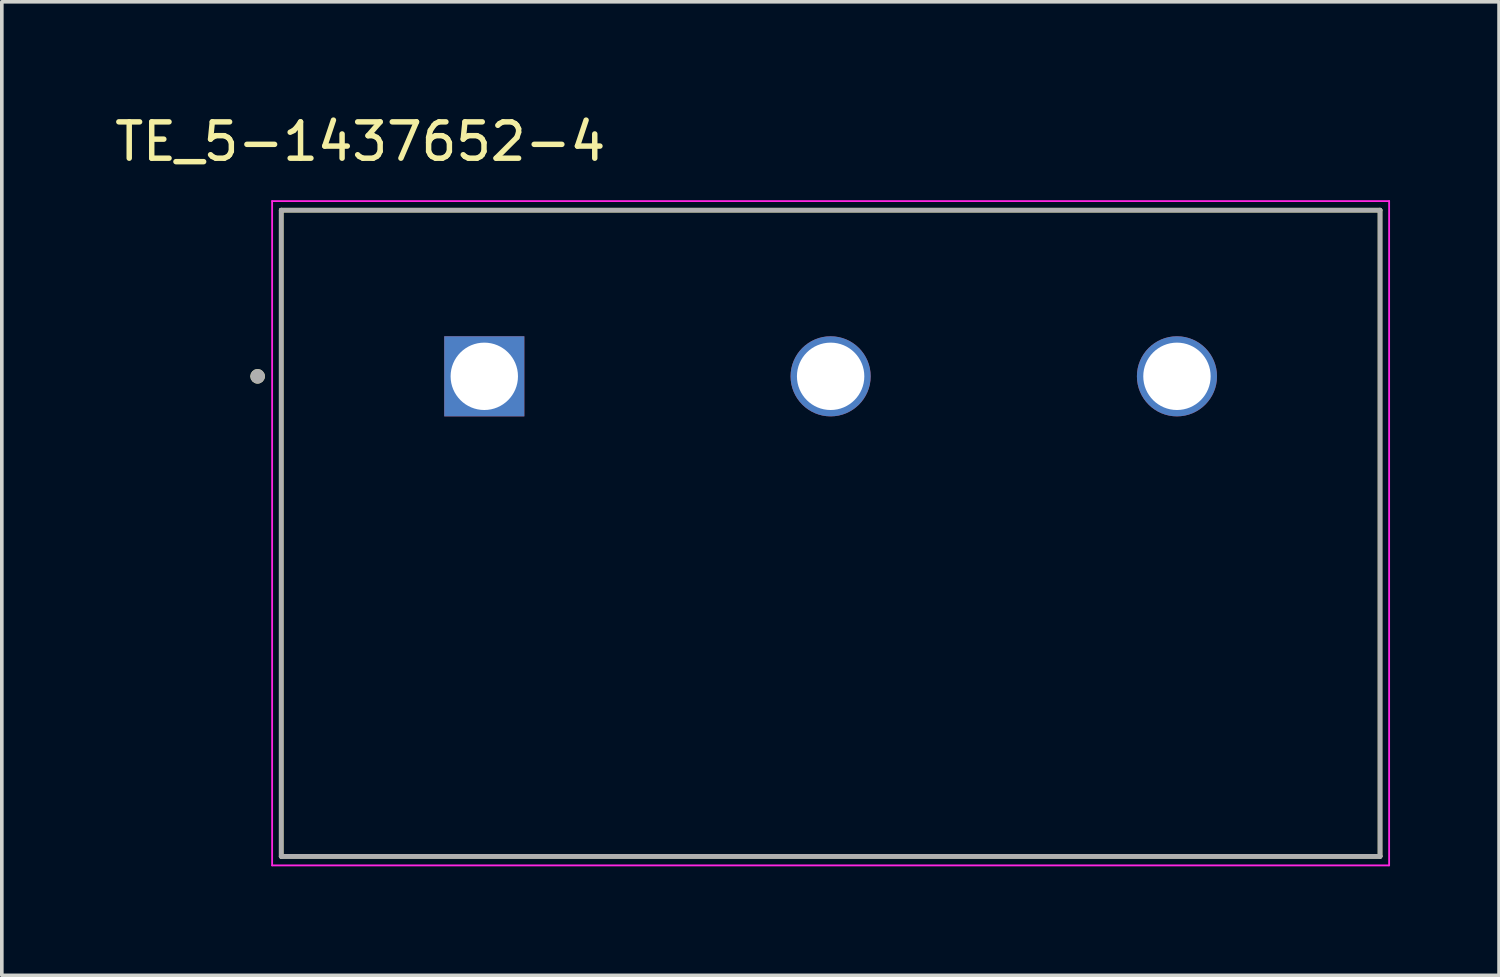
<source format=kicad_pcb>
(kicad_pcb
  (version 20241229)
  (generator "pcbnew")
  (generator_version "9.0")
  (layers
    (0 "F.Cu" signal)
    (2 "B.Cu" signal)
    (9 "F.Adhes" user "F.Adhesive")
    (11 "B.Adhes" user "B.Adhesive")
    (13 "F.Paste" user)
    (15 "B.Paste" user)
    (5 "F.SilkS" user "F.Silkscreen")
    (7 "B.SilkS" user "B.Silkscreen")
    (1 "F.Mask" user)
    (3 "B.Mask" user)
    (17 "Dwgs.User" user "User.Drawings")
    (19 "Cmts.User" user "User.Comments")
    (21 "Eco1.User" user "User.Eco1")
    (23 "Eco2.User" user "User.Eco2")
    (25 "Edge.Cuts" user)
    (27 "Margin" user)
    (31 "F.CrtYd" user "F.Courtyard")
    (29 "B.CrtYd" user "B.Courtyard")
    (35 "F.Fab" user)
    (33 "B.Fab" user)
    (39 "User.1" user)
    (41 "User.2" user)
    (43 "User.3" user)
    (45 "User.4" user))
  (footprint "TE_5-1437652-4"
    (layer "F.Cu")
    (at 10.276 7.305)
    (property "Reference" "TE_5-1437652-4" (at -3.413 -6.457 0) (layer "F.SilkS") (effects (font (size 1 1) (thickness 0.15))))
    (attr through_hole)
    (fp_line (start -5.588 13.208) (end -5.588 -4.572) (stroke (width 0.127) (type solid)) (layer "F.SilkS"))
    (fp_line (start 24.648 -4.572) (end -5.588 -4.572) (stroke (width 0.127) (type solid)) (layer "F.SilkS"))
    (fp_line (start 24.648 -4.572) (end 24.648 13.208) (stroke (width 0.127) (type solid)) (layer "F.SilkS"))
    (fp_line (start 24.648 13.208) (end -5.588 13.208) (stroke (width 0.127) (type solid)) (layer "F.SilkS"))
    (fp_circle (center -6.238 0) (end -6.138 0) (stroke (width 0.2) (type solid)) (fill no) (layer "F.SilkS"))
    (fp_line (start -5.838 -4.822) (end 24.898 -4.822) (stroke (width 0.05) (type solid)) (layer "F.CrtYd"))
    (fp_line (start -5.838 13.458) (end -5.838 -4.822) (stroke (width 0.05) (type solid)) (layer "F.CrtYd"))
    (fp_line (start 24.898 -4.822) (end 24.898 13.458) (stroke (width 0.05) (type solid)) (layer "F.CrtYd"))
    (fp_line (start 24.898 13.458) (end -5.838 13.458) (stroke (width 0.05) (type solid)) (layer "F.CrtYd"))
    (fp_line (start -5.588 -4.572) (end 24.648 -4.572) (stroke (width 0.127) (type solid)) (layer "F.Fab"))
    (fp_line (start -5.588 13.208) (end -5.588 -4.572) (stroke (width 0.127) (type solid)) (layer "F.Fab"))
    (fp_line (start -5.588 13.208) (end -5.588 13.208) (stroke (width 0.127) (type solid)) (layer "F.Fab"))
    (fp_line (start -5.588 13.208) (end 24.648 13.208) (stroke (width 0.127) (type solid)) (layer "F.Fab"))
    (fp_line (start 24.648 -4.572) (end 24.648 13.208) (stroke (width 0.127) (type solid)) (layer "F.Fab"))
    (fp_line (start 24.648 13.208) (end -5.588 13.208) (stroke (width 0.127) (type solid)) (layer "F.Fab"))
    (fp_line (start 24.648 13.208) (end 24.648 13.208) (stroke (width 0.127) (type solid)) (layer "F.Fab"))
    (fp_circle (center -6.238 0) (end -6.138 0) (stroke (width 0.2) (type solid)) (fill no) (layer "F.Fab"))
    (pad "1" thru_hole rect (at 0 0) (size 2.204 2.204) (drill 1.854) (layers "*.Cu" "*.Mask"))
    (pad "2" thru_hole circle (at 9.53 0) (size 2.204 2.204) (drill 1.854) (layers "*.Cu" "*.Mask"))
    (pad "3" thru_hole circle (at 19.06 0) (size 2.204 2.204) (drill 1.854) (layers "*.Cu" "*.Mask")))
  (gr_rect
    (start -3 -3)
    (end 38.199 23.788)
    (stroke (width 0.1) (type default))
    (fill no)
    (layer "Edge.Cuts")))
</source>
